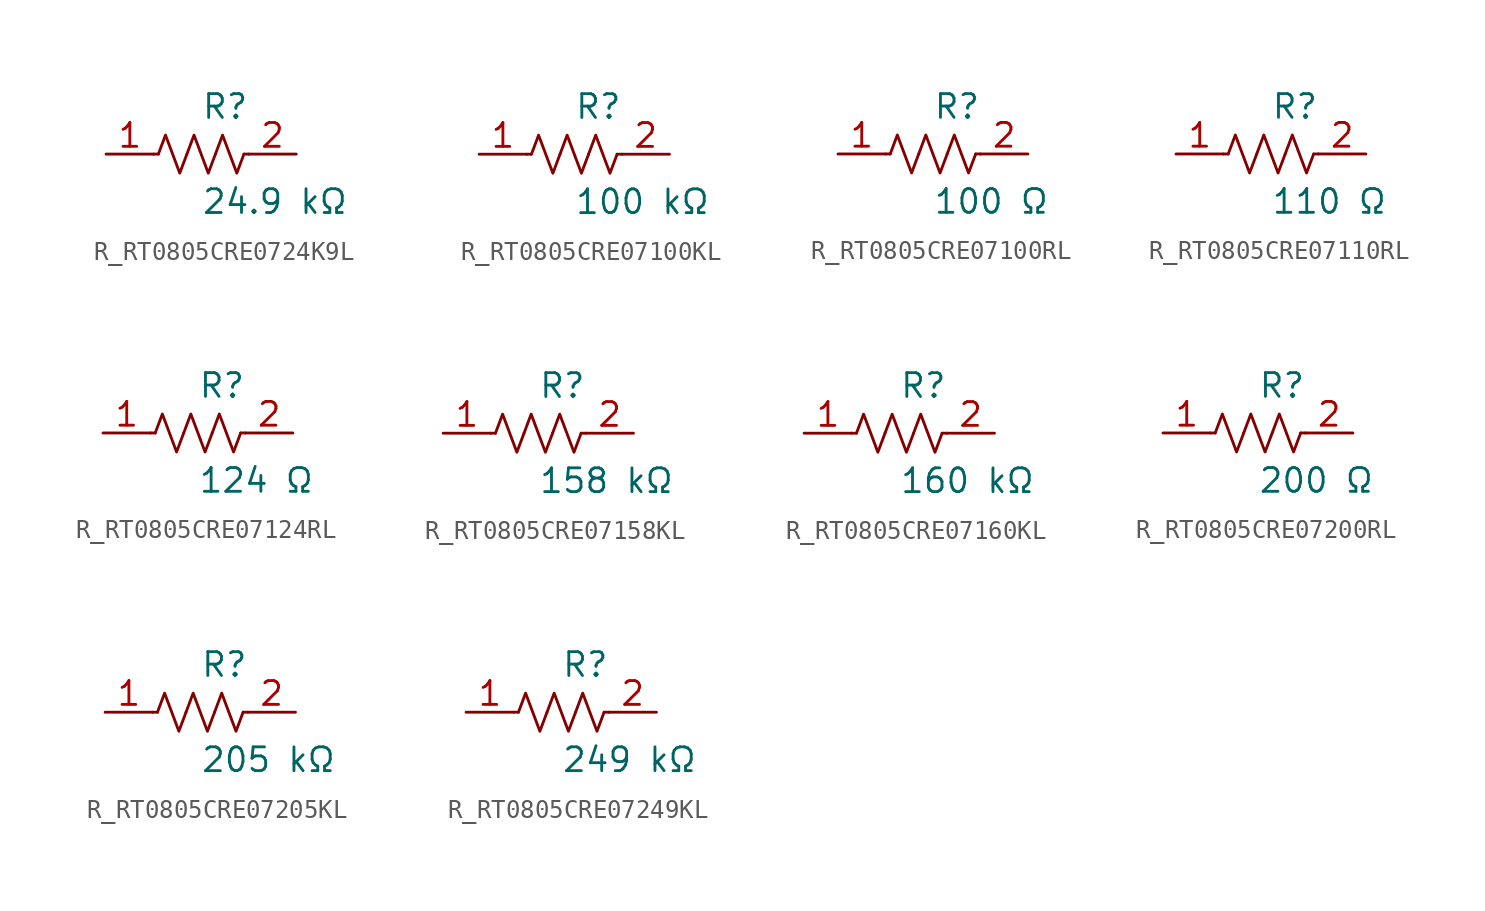
<source format=kicad_sym>
(kicad_symbol_lib
  (version 20231120)
  (generator kicad_symbol_editor)
  (generator_version 8.0)
  (symbol "R_RT0805CRE0724K9L"
    (pin_names
      (offset 0.254))
    (property "Reference" "R"
      (at 0 2.54 0)
      (effects (font (size 1.27 1.27)) (justify left)))
    (property "Value" "24.9 kΩ"
      (at 0 -2.54 0)
      (effects (font (size 1.27 1.27)) (justify left)))
    (symbol "R_RT0805CRE0724K9L_0_1"
      (polyline (pts (xy 2.286 0) (xy 2.54 0)) (stroke (width 0) (type default)) (fill (type none)))
      (polyline (pts (xy -2.286 0) (xy -2.54 0)) (stroke (width 0) (type default)) (fill (type none)))
      (polyline (pts (xy 0.762 0) (xy 1.143 1.016) (xy 1.524 0) (xy 1.905 -1.016) (xy 2.286 0)) (stroke (width 0) (type default)) (fill (type none)))
      (polyline (pts (xy -0.762 0) (xy -0.381 1.016) (xy 0 0) (xy 0.381 -1.016) (xy 0.762 0)) (stroke (width 0) (type default)) (fill (type none)))
      (polyline (pts (xy -2.286 0) (xy -1.905 1.016) (xy -1.524 0) (xy -1.143 -1.016) (xy -0.762 0)) (stroke (width 0) (type default)) (fill (type none))))
    (pin unspecified line
      (at -5.08 0 0)
      (length 2.54)
      (name "" (effects (font (size 1.27 1.27))))
      (number "1" (effects (font (size 1.27 1.27)))))
    (pin unspecified line
      (at 5.08 0 180)
      (length 2.54)
      (name "" (effects (font (size 1.27 1.27))))
      (number "2" (effects (font (size 1.27 1.27))))))
  (symbol "R_RT0805CRE07100KL"
    (pin_names
      (offset 0.254))
    (property "Reference" "R"
      (at 0 2.54 0)
      (effects (font (size 1.27 1.27)) (justify left)))
    (property "Value" "100 kΩ"
      (at 0 -2.54 0)
      (effects (font (size 1.27 1.27)) (justify left)))
    (symbol "R_RT0805CRE07100KL_0_1"
      (polyline (pts (xy 2.286 0) (xy 2.54 0)) (stroke (width 0) (type default)) (fill (type none)))
      (polyline (pts (xy -2.286 0) (xy -2.54 0)) (stroke (width 0) (type default)) (fill (type none)))
      (polyline (pts (xy 0.762 0) (xy 1.143 1.016) (xy 1.524 0) (xy 1.905 -1.016) (xy 2.286 0)) (stroke (width 0) (type default)) (fill (type none)))
      (polyline (pts (xy -0.762 0) (xy -0.381 1.016) (xy 0 0) (xy 0.381 -1.016) (xy 0.762 0)) (stroke (width 0) (type default)) (fill (type none)))
      (polyline (pts (xy -2.286 0) (xy -1.905 1.016) (xy -1.524 0) (xy -1.143 -1.016) (xy -0.762 0)) (stroke (width 0) (type default)) (fill (type none))))
    (pin unspecified line
      (at -5.08 0 0)
      (length 2.54)
      (name "" (effects (font (size 1.27 1.27))))
      (number "1" (effects (font (size 1.27 1.27)))))
    (pin unspecified line
      (at 5.08 0 180)
      (length 2.54)
      (name "" (effects (font (size 1.27 1.27))))
      (number "2" (effects (font (size 1.27 1.27))))))
  (symbol "R_RT0805CRE07100RL"
    (pin_names
      (offset 0.254))
    (property "Reference" "R"
      (at 0 2.54 0)
      (effects (font (size 1.27 1.27)) (justify left)))
    (property "Value" "100 Ω"
      (at 0 -2.54 0)
      (effects (font (size 1.27 1.27)) (justify left)))
    (symbol "R_RT0805CRE07100RL_0_1"
      (polyline (pts (xy 2.286 0) (xy 2.54 0)) (stroke (width 0) (type default)) (fill (type none)))
      (polyline (pts (xy -2.286 0) (xy -2.54 0)) (stroke (width 0) (type default)) (fill (type none)))
      (polyline (pts (xy 0.762 0) (xy 1.143 1.016) (xy 1.524 0) (xy 1.905 -1.016) (xy 2.286 0)) (stroke (width 0) (type default)) (fill (type none)))
      (polyline (pts (xy -0.762 0) (xy -0.381 1.016) (xy 0 0) (xy 0.381 -1.016) (xy 0.762 0)) (stroke (width 0) (type default)) (fill (type none)))
      (polyline (pts (xy -2.286 0) (xy -1.905 1.016) (xy -1.524 0) (xy -1.143 -1.016) (xy -0.762 0)) (stroke (width 0) (type default)) (fill (type none))))
    (pin unspecified line
      (at -5.08 0 0)
      (length 2.54)
      (name "" (effects (font (size 1.27 1.27))))
      (number "1" (effects (font (size 1.27 1.27)))))
    (pin unspecified line
      (at 5.08 0 180)
      (length 2.54)
      (name "" (effects (font (size 1.27 1.27))))
      (number "2" (effects (font (size 1.27 1.27))))))
  (symbol "R_RT0805CRE07110RL"
    (pin_names
      (offset 0.254))
    (property "Reference" "R"
      (at 0 2.54 0)
      (effects (font (size 1.27 1.27)) (justify left)))
    (property "Value" "110 Ω"
      (at 0 -2.54 0)
      (effects (font (size 1.27 1.27)) (justify left)))
    (symbol "R_RT0805CRE07110RL_0_1"
      (polyline (pts (xy 2.286 0) (xy 2.54 0)) (stroke (width 0) (type default)) (fill (type none)))
      (polyline (pts (xy -2.286 0) (xy -2.54 0)) (stroke (width 0) (type default)) (fill (type none)))
      (polyline (pts (xy 0.762 0) (xy 1.143 1.016) (xy 1.524 0) (xy 1.905 -1.016) (xy 2.286 0)) (stroke (width 0) (type default)) (fill (type none)))
      (polyline (pts (xy -0.762 0) (xy -0.381 1.016) (xy 0 0) (xy 0.381 -1.016) (xy 0.762 0)) (stroke (width 0) (type default)) (fill (type none)))
      (polyline (pts (xy -2.286 0) (xy -1.905 1.016) (xy -1.524 0) (xy -1.143 -1.016) (xy -0.762 0)) (stroke (width 0) (type default)) (fill (type none))))
    (pin unspecified line
      (at -5.08 0 0)
      (length 2.54)
      (name "" (effects (font (size 1.27 1.27))))
      (number "1" (effects (font (size 1.27 1.27)))))
    (pin unspecified line
      (at 5.08 0 180)
      (length 2.54)
      (name "" (effects (font (size 1.27 1.27))))
      (number "2" (effects (font (size 1.27 1.27))))))
  (symbol "R_RT0805CRE07124RL"
    (pin_names
      (offset 0.254))
    (property "Reference" "R"
      (at 0 2.54 0)
      (effects (font (size 1.27 1.27)) (justify left)))
    (property "Value" "124 Ω"
      (at 0 -2.54 0)
      (effects (font (size 1.27 1.27)) (justify left)))
    (symbol "R_RT0805CRE07124RL_0_1"
      (polyline (pts (xy 2.286 0) (xy 2.54 0)) (stroke (width 0) (type default)) (fill (type none)))
      (polyline (pts (xy -2.286 0) (xy -2.54 0)) (stroke (width 0) (type default)) (fill (type none)))
      (polyline (pts (xy 0.762 0) (xy 1.143 1.016) (xy 1.524 0) (xy 1.905 -1.016) (xy 2.286 0)) (stroke (width 0) (type default)) (fill (type none)))
      (polyline (pts (xy -0.762 0) (xy -0.381 1.016) (xy 0 0) (xy 0.381 -1.016) (xy 0.762 0)) (stroke (width 0) (type default)) (fill (type none)))
      (polyline (pts (xy -2.286 0) (xy -1.905 1.016) (xy -1.524 0) (xy -1.143 -1.016) (xy -0.762 0)) (stroke (width 0) (type default)) (fill (type none))))
    (pin unspecified line
      (at -5.08 0 0)
      (length 2.54)
      (name "" (effects (font (size 1.27 1.27))))
      (number "1" (effects (font (size 1.27 1.27)))))
    (pin unspecified line
      (at 5.08 0 180)
      (length 2.54)
      (name "" (effects (font (size 1.27 1.27))))
      (number "2" (effects (font (size 1.27 1.27))))))
  (symbol "R_RT0805CRE07158KL"
    (pin_names
      (offset 0.254))
    (property "Reference" "R"
      (at 0 2.54 0)
      (effects (font (size 1.27 1.27)) (justify left)))
    (property "Value" "158 kΩ"
      (at 0 -2.54 0)
      (effects (font (size 1.27 1.27)) (justify left)))
    (symbol "R_RT0805CRE07158KL_0_1"
      (polyline (pts (xy 2.286 0) (xy 2.54 0)) (stroke (width 0) (type default)) (fill (type none)))
      (polyline (pts (xy -2.286 0) (xy -2.54 0)) (stroke (width 0) (type default)) (fill (type none)))
      (polyline (pts (xy 0.762 0) (xy 1.143 1.016) (xy 1.524 0) (xy 1.905 -1.016) (xy 2.286 0)) (stroke (width 0) (type default)) (fill (type none)))
      (polyline (pts (xy -0.762 0) (xy -0.381 1.016) (xy 0 0) (xy 0.381 -1.016) (xy 0.762 0)) (stroke (width 0) (type default)) (fill (type none)))
      (polyline (pts (xy -2.286 0) (xy -1.905 1.016) (xy -1.524 0) (xy -1.143 -1.016) (xy -0.762 0)) (stroke (width 0) (type default)) (fill (type none))))
    (pin unspecified line
      (at -5.08 0 0)
      (length 2.54)
      (name "" (effects (font (size 1.27 1.27))))
      (number "1" (effects (font (size 1.27 1.27)))))
    (pin unspecified line
      (at 5.08 0 180)
      (length 2.54)
      (name "" (effects (font (size 1.27 1.27))))
      (number "2" (effects (font (size 1.27 1.27))))))
  (symbol "R_RT0805CRE07160KL"
    (pin_names
      (offset 0.254))
    (property "Reference" "R"
      (at 0 2.54 0)
      (effects (font (size 1.27 1.27)) (justify left)))
    (property "Value" "160 kΩ"
      (at 0 -2.54 0)
      (effects (font (size 1.27 1.27)) (justify left)))
    (symbol "R_RT0805CRE07160KL_0_1"
      (polyline (pts (xy 2.286 0) (xy 2.54 0)) (stroke (width 0) (type default)) (fill (type none)))
      (polyline (pts (xy -2.286 0) (xy -2.54 0)) (stroke (width 0) (type default)) (fill (type none)))
      (polyline (pts (xy 0.762 0) (xy 1.143 1.016) (xy 1.524 0) (xy 1.905 -1.016) (xy 2.286 0)) (stroke (width 0) (type default)) (fill (type none)))
      (polyline (pts (xy -0.762 0) (xy -0.381 1.016) (xy 0 0) (xy 0.381 -1.016) (xy 0.762 0)) (stroke (width 0) (type default)) (fill (type none)))
      (polyline (pts (xy -2.286 0) (xy -1.905 1.016) (xy -1.524 0) (xy -1.143 -1.016) (xy -0.762 0)) (stroke (width 0) (type default)) (fill (type none))))
    (pin unspecified line
      (at -5.08 0 0)
      (length 2.54)
      (name "" (effects (font (size 1.27 1.27))))
      (number "1" (effects (font (size 1.27 1.27)))))
    (pin unspecified line
      (at 5.08 0 180)
      (length 2.54)
      (name "" (effects (font (size 1.27 1.27))))
      (number "2" (effects (font (size 1.27 1.27))))))
  (symbol "R_RT0805CRE07200RL"
    (pin_names
      (offset 0.254))
    (property "Reference" "R"
      (at 0 2.54 0)
      (effects (font (size 1.27 1.27)) (justify left)))
    (property "Value" "200 Ω"
      (at 0 -2.54 0)
      (effects (font (size 1.27 1.27)) (justify left)))
    (symbol "R_RT0805CRE07200RL_0_1"
      (polyline (pts (xy 2.286 0) (xy 2.54 0)) (stroke (width 0) (type default)) (fill (type none)))
      (polyline (pts (xy -2.286 0) (xy -2.54 0)) (stroke (width 0) (type default)) (fill (type none)))
      (polyline (pts (xy 0.762 0) (xy 1.143 1.016) (xy 1.524 0) (xy 1.905 -1.016) (xy 2.286 0)) (stroke (width 0) (type default)) (fill (type none)))
      (polyline (pts (xy -0.762 0) (xy -0.381 1.016) (xy 0 0) (xy 0.381 -1.016) (xy 0.762 0)) (stroke (width 0) (type default)) (fill (type none)))
      (polyline (pts (xy -2.286 0) (xy -1.905 1.016) (xy -1.524 0) (xy -1.143 -1.016) (xy -0.762 0)) (stroke (width 0) (type default)) (fill (type none))))
    (pin unspecified line
      (at -5.08 0 0)
      (length 2.54)
      (name "" (effects (font (size 1.27 1.27))))
      (number "1" (effects (font (size 1.27 1.27)))))
    (pin unspecified line
      (at 5.08 0 180)
      (length 2.54)
      (name "" (effects (font (size 1.27 1.27))))
      (number "2" (effects (font (size 1.27 1.27))))))
  (symbol "R_RT0805CRE07205KL"
    (pin_names
      (offset 0.254))
    (property "Reference" "R"
      (at 0 2.54 0)
      (effects (font (size 1.27 1.27)) (justify left)))
    (property "Value" "205 kΩ"
      (at 0 -2.54 0)
      (effects (font (size 1.27 1.27)) (justify left)))
    (symbol "R_RT0805CRE07205KL_0_1"
      (polyline (pts (xy 2.286 0) (xy 2.54 0)) (stroke (width 0) (type default)) (fill (type none)))
      (polyline (pts (xy -2.286 0) (xy -2.54 0)) (stroke (width 0) (type default)) (fill (type none)))
      (polyline (pts (xy 0.762 0) (xy 1.143 1.016) (xy 1.524 0) (xy 1.905 -1.016) (xy 2.286 0)) (stroke (width 0) (type default)) (fill (type none)))
      (polyline (pts (xy -0.762 0) (xy -0.381 1.016) (xy 0 0) (xy 0.381 -1.016) (xy 0.762 0)) (stroke (width 0) (type default)) (fill (type none)))
      (polyline (pts (xy -2.286 0) (xy -1.905 1.016) (xy -1.524 0) (xy -1.143 -1.016) (xy -0.762 0)) (stroke (width 0) (type default)) (fill (type none))))
    (pin unspecified line
      (at -5.08 0 0)
      (length 2.54)
      (name "" (effects (font (size 1.27 1.27))))
      (number "1" (effects (font (size 1.27 1.27)))))
    (pin unspecified line
      (at 5.08 0 180)
      (length 2.54)
      (name "" (effects (font (size 1.27 1.27))))
      (number "2" (effects (font (size 1.27 1.27))))))
  (symbol "R_RT0805CRE07249KL"
    (pin_names
      (offset 0.254))
    (property "Reference" "R"
      (at 0 2.54 0)
      (effects (font (size 1.27 1.27)) (justify left)))
    (property "Value" "249 kΩ"
      (at 0 -2.54 0)
      (effects (font (size 1.27 1.27)) (justify left)))
    (symbol "R_RT0805CRE07249KL_0_1"
      (polyline (pts (xy 2.286 0) (xy 2.54 0)) (stroke (width 0) (type default)) (fill (type none)))
      (polyline (pts (xy -2.286 0) (xy -2.54 0)) (stroke (width 0) (type default)) (fill (type none)))
      (polyline (pts (xy 0.762 0) (xy 1.143 1.016) (xy 1.524 0) (xy 1.905 -1.016) (xy 2.286 0)) (stroke (width 0) (type default)) (fill (type none)))
      (polyline (pts (xy -0.762 0) (xy -0.381 1.016) (xy 0 0) (xy 0.381 -1.016) (xy 0.762 0)) (stroke (width 0) (type default)) (fill (type none)))
      (polyline (pts (xy -2.286 0) (xy -1.905 1.016) (xy -1.524 0) (xy -1.143 -1.016) (xy -0.762 0)) (stroke (width 0) (type default)) (fill (type none))))
    (pin unspecified line
      (at -5.08 0 0)
      (length 2.54)
      (name "" (effects (font (size 1.27 1.27))))
      (number "1" (effects (font (size 1.27 1.27)))))
    (pin unspecified line
      (at 5.08 0 180)
      (length 2.54)
      (name "" (effects (font (size 1.27 1.27))))
      (number "2" (effects (font (size 1.27 1.27)))))))
</source>
